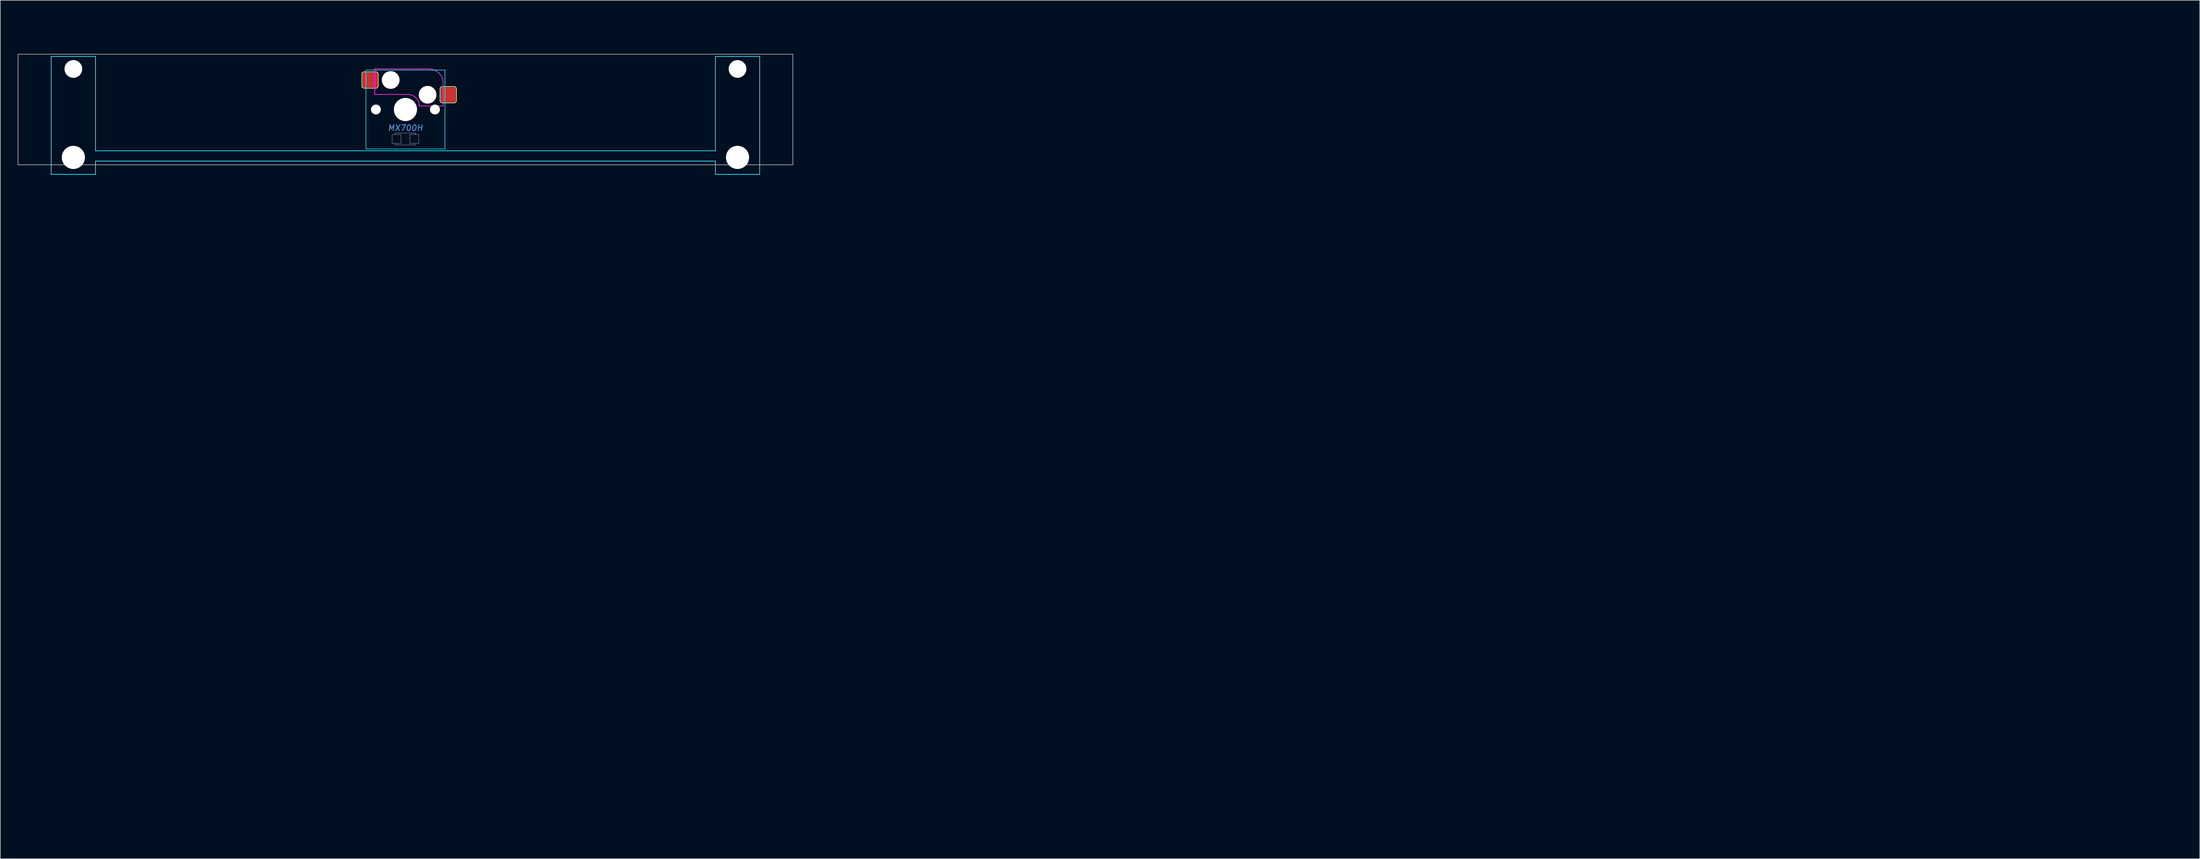
<source format=kicad_pcb>
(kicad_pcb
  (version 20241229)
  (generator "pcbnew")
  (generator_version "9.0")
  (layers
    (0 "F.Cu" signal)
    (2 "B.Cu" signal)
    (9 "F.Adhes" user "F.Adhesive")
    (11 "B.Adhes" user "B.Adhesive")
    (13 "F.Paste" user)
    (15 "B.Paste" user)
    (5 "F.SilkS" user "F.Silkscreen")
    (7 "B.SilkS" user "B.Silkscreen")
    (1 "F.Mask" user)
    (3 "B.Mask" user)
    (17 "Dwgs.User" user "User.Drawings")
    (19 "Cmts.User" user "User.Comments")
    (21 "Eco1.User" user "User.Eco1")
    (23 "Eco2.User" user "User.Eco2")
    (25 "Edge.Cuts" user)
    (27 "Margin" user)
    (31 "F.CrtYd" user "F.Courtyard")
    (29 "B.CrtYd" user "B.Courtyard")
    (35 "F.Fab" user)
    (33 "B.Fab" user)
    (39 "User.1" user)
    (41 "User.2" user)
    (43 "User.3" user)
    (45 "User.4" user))
  (footprint "MX700H"
    (layer "F.Cu")
    (at 66.725 15.815)
    (property "Reference" "MX700H" (at 0 3.175 0) (layer "Cmts.User") (effects (font (size 1 1) (thickness 0.15) (italic yes))))
    (attr smd)
    (fp_line (start -7.493 -6.096) (end -7.493 -4.064) (stroke (width 0.127) (type solid)) (layer "F.SilkS"))
    (fp_line (start -7.112 -3.683) (end -5.08 -3.683) (stroke (width 0.127) (type solid)) (layer "F.SilkS"))
    (fp_line (start -5.08 -6.477) (end -7.112 -6.477) (stroke (width 0.127) (type solid)) (layer "F.SilkS"))
    (fp_line (start -4.699 -4.064) (end -4.699 -6.096) (stroke (width 0.127) (type solid)) (layer "F.SilkS"))
    (fp_line (start 5.969 -3.556) (end 5.969 -1.524) (stroke (width 0.127) (type solid)) (layer "F.SilkS"))
    (fp_line (start 6.35 -1.143) (end 8.382 -1.143) (stroke (width 0.127) (type solid)) (layer "F.SilkS"))
    (fp_line (start 8.382 -3.937) (end 6.35 -3.937) (stroke (width 0.127) (type solid)) (layer "F.SilkS"))
    (fp_line (start 8.763 -1.524) (end 8.763 -3.556) (stroke (width 0.127) (type solid)) (layer "F.SilkS"))
    (fp_arc (start -7.493 -6.096) (mid -7.381408 -6.365408) (end -7.112 -6.477) (stroke (width 0.127) (type solid)) (layer "F.SilkS"))
    (fp_arc (start -7.112 -3.683) (mid -7.381408 -3.794592) (end -7.493 -4.064) (stroke (width 0.127) (type solid)) (layer "F.SilkS"))
    (fp_arc (start -5.08 -6.477) (mid -4.810592 -6.365408) (end -4.699 -6.096) (stroke (width 0.127) (type solid)) (layer "F.SilkS"))
    (fp_arc (start -4.699 -4.064) (mid -4.810592 -3.794592) (end -5.08 -3.683) (stroke (width 0.127) (type solid)) (layer "F.SilkS"))
    (fp_arc (start 5.969 -3.556) (mid 6.080592 -3.825408) (end 6.35 -3.937) (stroke (width 0.127) (type solid)) (layer "F.SilkS"))
    (fp_arc (start 6.35 -1.143) (mid 6.080592 -1.254592) (end 5.969 -1.524) (stroke (width 0.127) (type solid)) (layer "F.SilkS"))
    (fp_arc (start 8.382 -3.937) (mid 8.651408 -3.825408) (end 8.763 -3.556) (stroke (width 0.127) (type solid)) (layer "F.SilkS"))
    (fp_arc (start 8.763 -1.524) (mid 8.651408 -1.254592) (end 8.382 -1.143) (stroke (width 0.127) (type solid)) (layer "F.SilkS"))
    (fp_line (start -66.675 -9.525) (end -66.675 9.525) (stroke (width 0.1) (type solid)) (layer "Dwgs.User"))
    (fp_line (start -66.675 -9.525) (end 66.675 -9.525) (stroke (width 0.1) (type solid)) (layer "Dwgs.User"))
    (fp_line (start -66.675 9.525) (end 66.675 9.525) (stroke (width 0.1) (type solid)) (layer "Dwgs.User"))
    (fp_line (start -2.286 4.318) (end -0.762 4.318) (stroke (width 0.051) (type solid)) (layer "Dwgs.User"))
    (fp_line (start -2.286 5.842) (end -2.286 4.318) (stroke (width 0.051) (type solid)) (layer "Dwgs.User"))
    (fp_line (start -1.778 4.064) (end 1.778 4.064) (stroke (width 0.051) (type solid)) (layer "Dwgs.User"))
    (fp_line (start -1.778 4.318) (end -1.778 4.064) (stroke (width 0.051) (type solid)) (layer "Dwgs.User"))
    (fp_line (start -1.778 6.096) (end -1.778 5.842) (stroke (width 0.051) (type solid)) (layer "Dwgs.User"))
    (fp_line (start -0.762 4.318) (end -0.762 5.842) (stroke (width 0.051) (type solid)) (layer "Dwgs.User"))
    (fp_line (start -0.762 5.842) (end -2.286 5.842) (stroke (width 0.051) (type solid)) (layer "Dwgs.User"))
    (fp_line (start 0.762 4.318) (end 2.286 4.318) (stroke (width 0.051) (type solid)) (layer "Dwgs.User"))
    (fp_line (start 0.762 5.842) (end 0.762 4.318) (stroke (width 0.051) (type solid)) (layer "Dwgs.User"))
    (fp_line (start 1.778 4.064) (end 1.778 4.318) (stroke (width 0.051) (type solid)) (layer "Dwgs.User"))
    (fp_line (start 1.778 5.842) (end 1.778 6.096) (stroke (width 0.051) (type solid)) (layer "Dwgs.User"))
    (fp_line (start 1.778 6.096) (end -1.778 6.096) (stroke (width 0.051) (type solid)) (layer "Dwgs.User"))
    (fp_line (start 2.286 4.318) (end 2.286 5.842) (stroke (width 0.051) (type solid)) (layer "Dwgs.User"))
    (fp_line (start 2.286 5.842) (end 0.762 5.842) (stroke (width 0.051) (type solid)) (layer "Dwgs.User"))
    (fp_line (start 66.675 -9.525) (end 66.675 9.525) (stroke (width 0.1) (type solid)) (layer "Dwgs.User"))
    (fp_line (start -61.341 -3.303) (end -60.325 -3.303) (stroke (width 0.1) (type solid)) (layer "Eco1.User"))
    (fp_line (start -61.341 -0.509) (end -61.341 -3.303) (stroke (width 0.1) (type solid)) (layer "Eco1.User"))
    (fp_line (start -60.325 -3.303) (end -60.325 -5.69) (stroke (width 0.1) (type solid)) (layer "Eco1.User"))
    (fp_line (start -60.325 -0.509) (end -61.341 -0.509) (stroke (width 0.1) (type solid)) (layer "Eco1.User"))
    (fp_line (start -60.325 -5.69) (end -53.67 -5.69) (stroke (width 0.1) (type solid)) (layer "Eco1.User"))
    (fp_line (start -60.325 6.603) (end -60.325 -0.509) (stroke (width 0.1) (type solid)) (layer "Eco1.User"))
    (fp_line (start -58.521 6.603) (end -60.325 6.603) (stroke (width 0.1) (type solid)) (layer "Eco1.User"))
    (fp_line (start -58.521 7.772) (end -58.521 6.603) (stroke (width 0.1) (type solid)) (layer "Eco1.User"))
    (fp_line (start -55.473 6.603) (end -55.473 7.772) (stroke (width 0.1) (type solid)) (layer "Eco1.User"))
    (fp_line (start -55.473 7.772) (end -58.521 7.772) (stroke (width 0.1) (type solid)) (layer "Eco1.User"))
    (fp_line (start -53.67 -5.69) (end -53.67 -2.286) (stroke (width 0.1) (type solid)) (layer "Eco1.User"))
    (fp_line (start -53.67 -2.286) (end -6.985 -2.286) (stroke (width 0.1) (type solid)) (layer "Eco1.User"))
    (fp_line (start -53.67 2.286) (end -53.67 6.603) (stroke (width 0.1) (type solid)) (layer "Eco1.User"))
    (fp_line (start -53.67 6.603) (end -55.473 6.603) (stroke (width 0.1) (type solid)) (layer "Eco1.User"))
    (fp_line (start -7 -7) (end 7 -7) (stroke (width 0.1) (type solid)) (layer "Eco1.User"))
    (fp_line (start -7 7) (end -6.985 2.286) (stroke (width 0.1) (type solid)) (layer "Eco1.User"))
    (fp_line (start -6.985 -2.286) (end -7 -7) (stroke (width 0.1) (type solid)) (layer "Eco1.User"))
    (fp_line (start -6.985 2.286) (end -53.67 2.286) (stroke (width 0.1) (type solid)) (layer "Eco1.User"))
    (fp_line (start 0 -15.765) (end 0 -15.765) (stroke (width 0.1) (type solid)) (layer "Eco1.User"))
    (fp_line (start 0 -15.765) (end 0 -15.765) (stroke (width 0.1) (type solid)) (layer "Eco1.User"))
    (fp_line (start 0 -15.765) (end 0 -15.765) (stroke (width 0.1) (type solid)) (layer "Eco1.User"))
    (fp_line (start 0 -0.941) (end 0.000056 0.941) (stroke (width 0.1) (type solid)) (layer "Eco1.User"))
    (fp_line (start 0.941 -0.000054) (end -0.941 0.000002) (stroke (width 0.1) (type solid)) (layer "Eco1.User"))
    (fp_line (start 6.985 -2.286) (end 53.67 -2.286) (stroke (width 0.1) (type solid)) (layer "Eco1.User"))
    (fp_line (start 6.985 6.985) (end -7 7) (stroke (width 0.1) (type solid)) (layer "Eco1.User"))
    (fp_line (start 6.985 2.286) (end 6.985 6.985) (stroke (width 0.1) (type solid)) (layer "Eco1.User"))
    (fp_line (start 7 -7) (end 6.985 -2.286) (stroke (width 0.1) (type solid)) (layer "Eco1.User"))
    (fp_line (start 53.67 -2.286) (end 53.67 -5.69) (stroke (width 0.1) (type solid)) (layer "Eco1.User"))
    (fp_line (start 53.67 6.603) (end 53.67 2.286) (stroke (width 0.1) (type solid)) (layer "Eco1.User"))
    (fp_line (start 53.67 -5.69) (end 60.325 -5.69) (stroke (width 0.1) (type solid)) (layer "Eco1.User"))
    (fp_line (start 53.67 2.286) (end 6.985 2.286) (stroke (width 0.1) (type solid)) (layer "Eco1.User"))
    (fp_line (start 55.474 6.603) (end 53.67 6.603) (stroke (width 0.1) (type solid)) (layer "Eco1.User"))
    (fp_line (start 55.474 7.772) (end 55.474 6.603) (stroke (width 0.1) (type solid)) (layer "Eco1.User"))
    (fp_line (start 58.522 6.603) (end 58.522 7.772) (stroke (width 0.1) (type solid)) (layer "Eco1.User"))
    (fp_line (start 58.522 7.772) (end 55.474 7.772) (stroke (width 0.1) (type solid)) (layer "Eco1.User"))
    (fp_line (start 60.325 -5.69) (end 60.325 -3.303) (stroke (width 0.1) (type solid)) (layer "Eco1.User"))
    (fp_line (start 60.325 6.603) (end 58.522 6.603) (stroke (width 0.1) (type solid)) (layer "Eco1.User"))
    (fp_line (start 60.325 -3.303) (end 61.341 -3.303) (stroke (width 0.1) (type solid)) (layer "Eco1.User"))
    (fp_line (start 60.325 -0.509) (end 60.325 6.603) (stroke (width 0.1) (type solid)) (layer "Eco1.User"))
    (fp_line (start 61.341 -3.303) (end 61.341 -0.509) (stroke (width 0.1) (type solid)) (layer "Eco1.User"))
    (fp_line (start 61.341 -0.509) (end 60.325 -0.509) (stroke (width 0.1) (type solid)) (layer "Eco1.User"))
    (fp_line (start 304.8 124.154) (end 304.8 126.036) (stroke (width 0.1) (type solid)) (layer "Eco1.User"))
    (fp_line (start 305.741 125.095) (end 303.859 125.095) (stroke (width 0.1) (type solid)) (layer "Eco1.User"))
    (fp_line (start -60.96 -9.144) (end -53.34 -9.144) (stroke (width 0.12) (type solid)) (layer "B.CrtYd"))
    (fp_line (start -60.96 11.176) (end -60.96 -9.144) (stroke (width 0.12) (type solid)) (layer "B.CrtYd"))
    (fp_line (start -60.96 11.176) (end -53.34 11.176) (stroke (width 0.12) (type solid)) (layer "B.CrtYd"))
    (fp_line (start -53.34 7.112) (end -53.34 -9.144) (stroke (width 0.12) (type solid)) (layer "B.CrtYd"))
    (fp_line (start -53.34 7.112) (end 53.34 7.112) (stroke (width 0.12) (type solid)) (layer "B.CrtYd"))
    (fp_line (start -53.34 8.89) (end 53.34 8.89) (stroke (width 0.12) (type solid)) (layer "B.CrtYd"))
    (fp_line (start -53.34 11.176) (end -53.34 8.89) (stroke (width 0.12) (type solid)) (layer "B.CrtYd"))
    (fp_line (start -6.8 -6.8) (end -6.8 6.8) (stroke (width 0.1) (type solid)) (layer "B.CrtYd"))
    (fp_line (start 6.8 -6.8) (end -6.8 -6.8) (stroke (width 0.1) (type solid)) (layer "B.CrtYd"))
    (fp_line (start 6.8 -6.8) (end 6.8 6.8) (stroke (width 0.1) (type solid)) (layer "B.CrtYd"))
    (fp_line (start 6.8 6.8) (end -6.8 6.8) (stroke (width 0.1) (type solid)) (layer "B.CrtYd"))
    (fp_line (start 53.34 7.112) (end 53.34 -9.144) (stroke (width 0.12) (type solid)) (layer "B.CrtYd"))
    (fp_line (start 53.34 11.176) (end 53.34 8.89) (stroke (width 0.12) (type solid)) (layer "B.CrtYd"))
    (fp_line (start 60.96 -9.144) (end 53.34 -9.144) (stroke (width 0.12) (type solid)) (layer "B.CrtYd"))
    (fp_line (start 60.96 11.176) (end 53.34 11.176) (stroke (width 0.12) (type solid)) (layer "B.CrtYd"))
    (fp_line (start 60.96 11.176) (end 60.96 -9.144) (stroke (width 0.12) (type solid)) (layer "B.CrtYd"))
    (fp_line (start -5.3 -7) (end -5.3 -2.6) (stroke (width 0.127) (type solid)) (layer "F.CrtYd"))
    (fp_line (start -5.2 -7) (end -5.3 -7) (stroke (width 0.12) (type solid)) (layer "F.CrtYd"))
    (fp_line (start 0.4 -2.6) (end -5.3 -2.6) (stroke (width 0.127) (type solid)) (layer "F.CrtYd"))
    (fp_line (start 4 -7) (end -5.2 -7) (stroke (width 0.12) (type solid)) (layer "F.CrtYd"))
    (fp_line (start 6.5 -4.5) (end 6.5 -0.6) (stroke (width 0.12) (type solid)) (layer "F.CrtYd"))
    (fp_line (start 6.5 -0.6) (end 2.4 -0.6) (stroke (width 0.12) (type solid)) (layer "F.CrtYd"))
    (fp_arc (start 0.4 -2.6) (mid 1.814214 -2.014214) (end 2.4 -0.6) (stroke (width 0.127) (type solid)) (layer "F.CrtYd"))
    (fp_arc (start 4 -7) (mid 5.767767 -6.267767) (end 6.5 -4.5) (stroke (width 0.127) (type solid)) (layer "F.CrtYd"))
    (pad "" np_thru_hole circle (at -57.15 -6.985) (size 3.048 3.048) (drill 3.048) (layers "*.Cu" "*.Mask"))
    (pad "" np_thru_hole circle (at -57.15 8.255) (size 3.988 3.988) (drill 3.988) (layers "*.Cu" "*.Mask"))
    (pad "" np_thru_hole circle (at -5.08 0) (size 1.702 1.702) (drill 1.702) (layers "*.Cu" "*.Mask"))
    (pad "" np_thru_hole circle (at -2.54 -5.08) (size 3.048 3.048) (drill 3.048) (layers "*.Cu" "*.Mask"))
    (pad "" np_thru_hole circle (at 0 0) (size 3.988 3.988) (drill 3.988) (layers "*.Cu" "*.Mask"))
    (pad "" np_thru_hole circle (at 3.81 -2.54) (size 3.048 3.048) (drill 3.048) (layers "*.Cu" "*.Mask"))
    (pad "" np_thru_hole circle (at 5.08 0) (size 1.702 1.702) (drill 1.702) (layers "*.Cu" "*.Mask"))
    (pad "" np_thru_hole circle (at 57.15 -6.985) (size 3.048 3.048) (drill 3.048) (layers "*.Cu" "*.Mask"))
    (pad "" np_thru_hole circle (at 57.15 8.255) (size 3.988 3.988) (drill 3.988) (layers "*.Cu" "*.Mask"))
    (pad "1" smd roundrect (at -6.096 -5.08) (size 2.54 2.54) (layers "F.Cu" "F.Mask") (roundrect_rratio 0.1))
    (pad "2" smd roundrect (at 7.366 -2.54) (size 2.54 2.54) (layers "F.Cu" "F.Mask") (roundrect_rratio 0.1)))
  (gr_rect
    (start -3 -3)
    (end 375.516 144.901)
    (stroke (width 0.1) (type default))
    (fill no)
    (layer "Edge.Cuts")))
</source>
